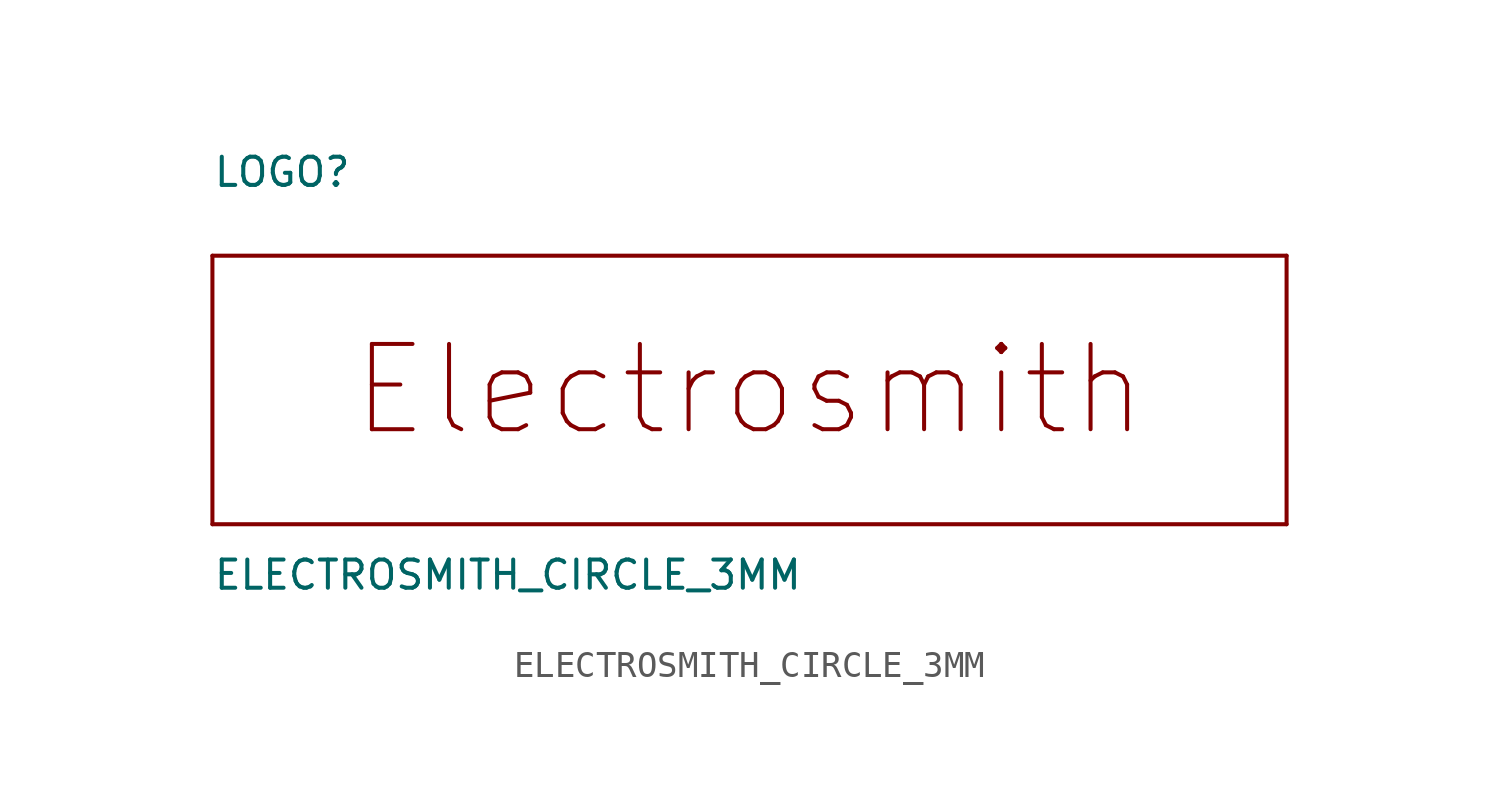
<source format=kicad_sym>
(kicad_symbol_lib
  (version 20211014)
  (generator kicad_symbol_editor)
  (symbol "ELECTROSMITH_CIRCLE_3MM"
    (pin_names
      (offset 1.016))
    (property "Reference" "LOGO"
      (at -20.32 7.62 0)
      (effects (font (size 1.067 1.067)) (justify left bottom)))
    (property "Value" "ELECTROSMITH_CIRCLE_3MM"
      (at -20.32 -7.62 0)
      (effects (font (size 1.067 1.067)) (justify left bottom)))
    (property "ki_locked" ""
      (at 0 0 0)
      (effects (font (size 1.27 1.27))))
    (symbol "ELECTROSMITH_CIRCLE_3MM_1_0"
      (polyline (pts (xy -20.32 -5.08) (xy -20.32 5.08)) (stroke (width 0) (type default) (color 0 0 0 0)) (fill (type none)))
      (polyline (pts (xy -20.32 5.08) (xy 20.32 5.08)) (stroke (width 0) (type default) (color 0 0 0 0)) (fill (type none)))
      (polyline (pts (xy 20.32 -5.08) (xy -20.32 -5.08)) (stroke (width 0) (type default) (color 0 0 0 0)) (fill (type none)))
      (polyline (pts (xy 20.32 5.08) (xy 20.32 -5.08)) (stroke (width 0) (type default) (color 0 0 0 0)) (fill (type none)))
      (text "Electrosmith" (at 0 0 0) (effects (font (size 3.226 3.226)))))))
</source>
